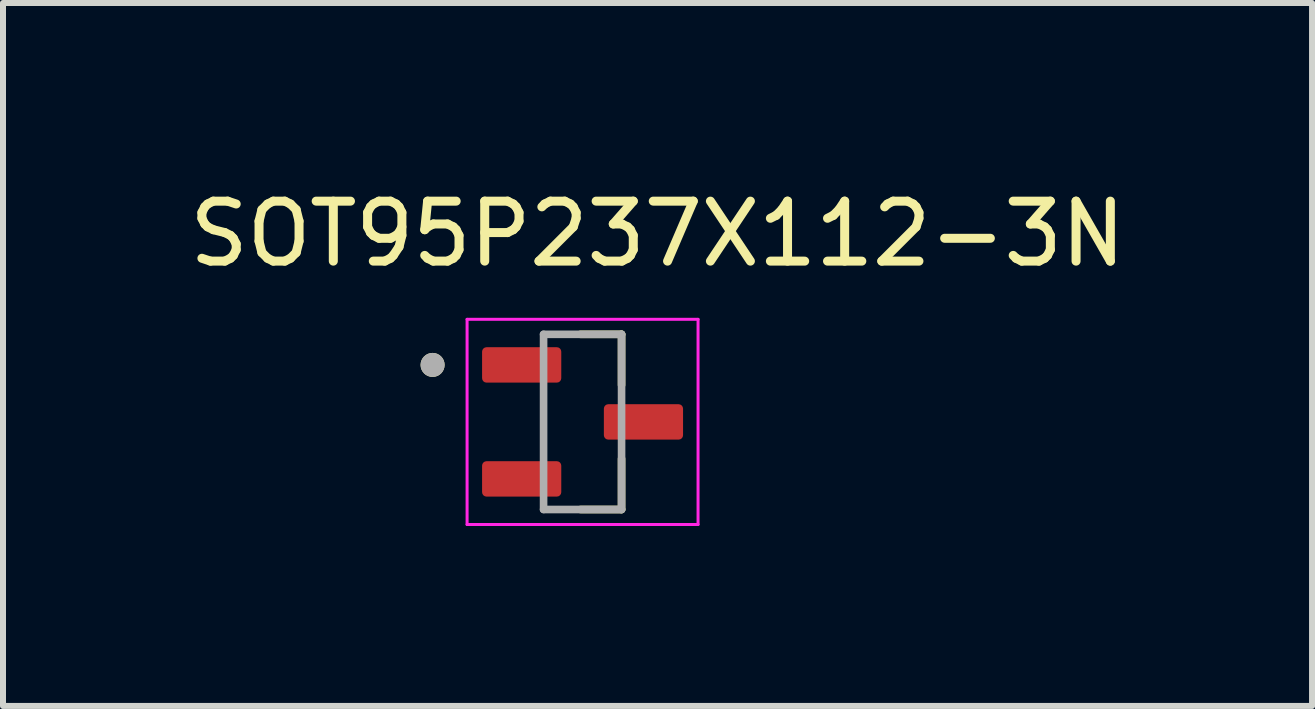
<source format=kicad_pcb>
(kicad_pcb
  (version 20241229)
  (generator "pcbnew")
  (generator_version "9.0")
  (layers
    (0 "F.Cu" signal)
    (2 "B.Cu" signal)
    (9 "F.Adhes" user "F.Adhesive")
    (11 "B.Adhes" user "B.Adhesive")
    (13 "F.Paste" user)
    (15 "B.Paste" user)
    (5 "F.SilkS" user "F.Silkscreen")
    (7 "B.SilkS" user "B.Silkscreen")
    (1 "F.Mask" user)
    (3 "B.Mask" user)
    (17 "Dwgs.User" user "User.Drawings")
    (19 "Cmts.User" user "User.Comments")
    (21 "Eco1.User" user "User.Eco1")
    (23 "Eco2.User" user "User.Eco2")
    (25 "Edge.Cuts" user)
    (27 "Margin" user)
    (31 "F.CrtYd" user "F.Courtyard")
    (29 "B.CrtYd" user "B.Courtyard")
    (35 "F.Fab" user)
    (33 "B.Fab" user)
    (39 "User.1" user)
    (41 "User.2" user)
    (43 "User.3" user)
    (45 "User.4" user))
  (footprint "SOT95P237X112-3N"
    (layer "F.Cu")
    (at 6.661 3.983)
    (property "Reference" "SOT95P237X112-3N" (at 1.25 -3.135 0) (layer "F.SilkS") (effects (font (size 1 1) (thickness 0.15))))
    (attr smd)
    (fp_line (start -0.035 1.46) (end 0.65 1.46) (stroke (width 0.127) (type solid)) (layer "F.SilkS"))
    (fp_line (start 0.65 -1.46) (end -0.035 -1.46) (stroke (width 0.127) (type solid)) (layer "F.SilkS"))
    (fp_line (start 0.65 -0.615) (end 0.65 -1.46) (stroke (width 0.127) (type solid)) (layer "F.SilkS"))
    (fp_line (start 0.65 1.46) (end 0.65 0.615) (stroke (width 0.127) (type solid)) (layer "F.SilkS"))
    (fp_circle (center -2.5 -0.95) (end -2.4 -0.95) (stroke (width 0.2) (type solid)) (fill no) (layer "F.SilkS"))
    (fp_line (start -1.925 -1.71) (end -1.925 1.71) (stroke (width 0.05) (type solid)) (layer "F.CrtYd"))
    (fp_line (start -1.925 1.71) (end 1.925 1.71) (stroke (width 0.05) (type solid)) (layer "F.CrtYd"))
    (fp_line (start 1.925 -1.71) (end -1.925 -1.71) (stroke (width 0.05) (type solid)) (layer "F.CrtYd"))
    (fp_line (start 1.925 1.71) (end 1.925 -1.71) (stroke (width 0.05) (type solid)) (layer "F.CrtYd"))
    (fp_line (start -0.65 -1.46) (end -0.65 1.46) (stroke (width 0.127) (type solid)) (layer "F.Fab"))
    (fp_line (start -0.65 1.46) (end 0.65 1.46) (stroke (width 0.127) (type solid)) (layer "F.Fab"))
    (fp_line (start 0.65 -1.46) (end -0.65 -1.46) (stroke (width 0.127) (type solid)) (layer "F.Fab"))
    (fp_line (start 0.65 1.46) (end 0.65 -1.46) (stroke (width 0.127) (type solid)) (layer "F.Fab"))
    (fp_circle (center -2.5 -0.95) (end -2.4 -0.95) (stroke (width 0.2) (type solid)) (fill no) (layer "F.Fab"))
    (pad "1" smd roundrect (at -1.015 -0.95) (size 1.32 0.59) (layers "F.Cu" "F.Mask" "F.Paste") (roundrect_rratio 0.125))
    (pad "2" smd roundrect (at -1.015 0.95) (size 1.32 0.59) (layers "F.Cu" "F.Mask" "F.Paste") (roundrect_rratio 0.125))
    (pad "3" smd roundrect (at 1.015 0) (size 1.32 0.59) (layers "F.Cu" "F.Mask" "F.Paste") (roundrect_rratio 0.125)))
  (gr_rect
    (start -3 -3)
    (end 18.821 8.718)
    (stroke (width 0.1) (type default))
    (fill no)
    (layer "Edge.Cuts")))
</source>
